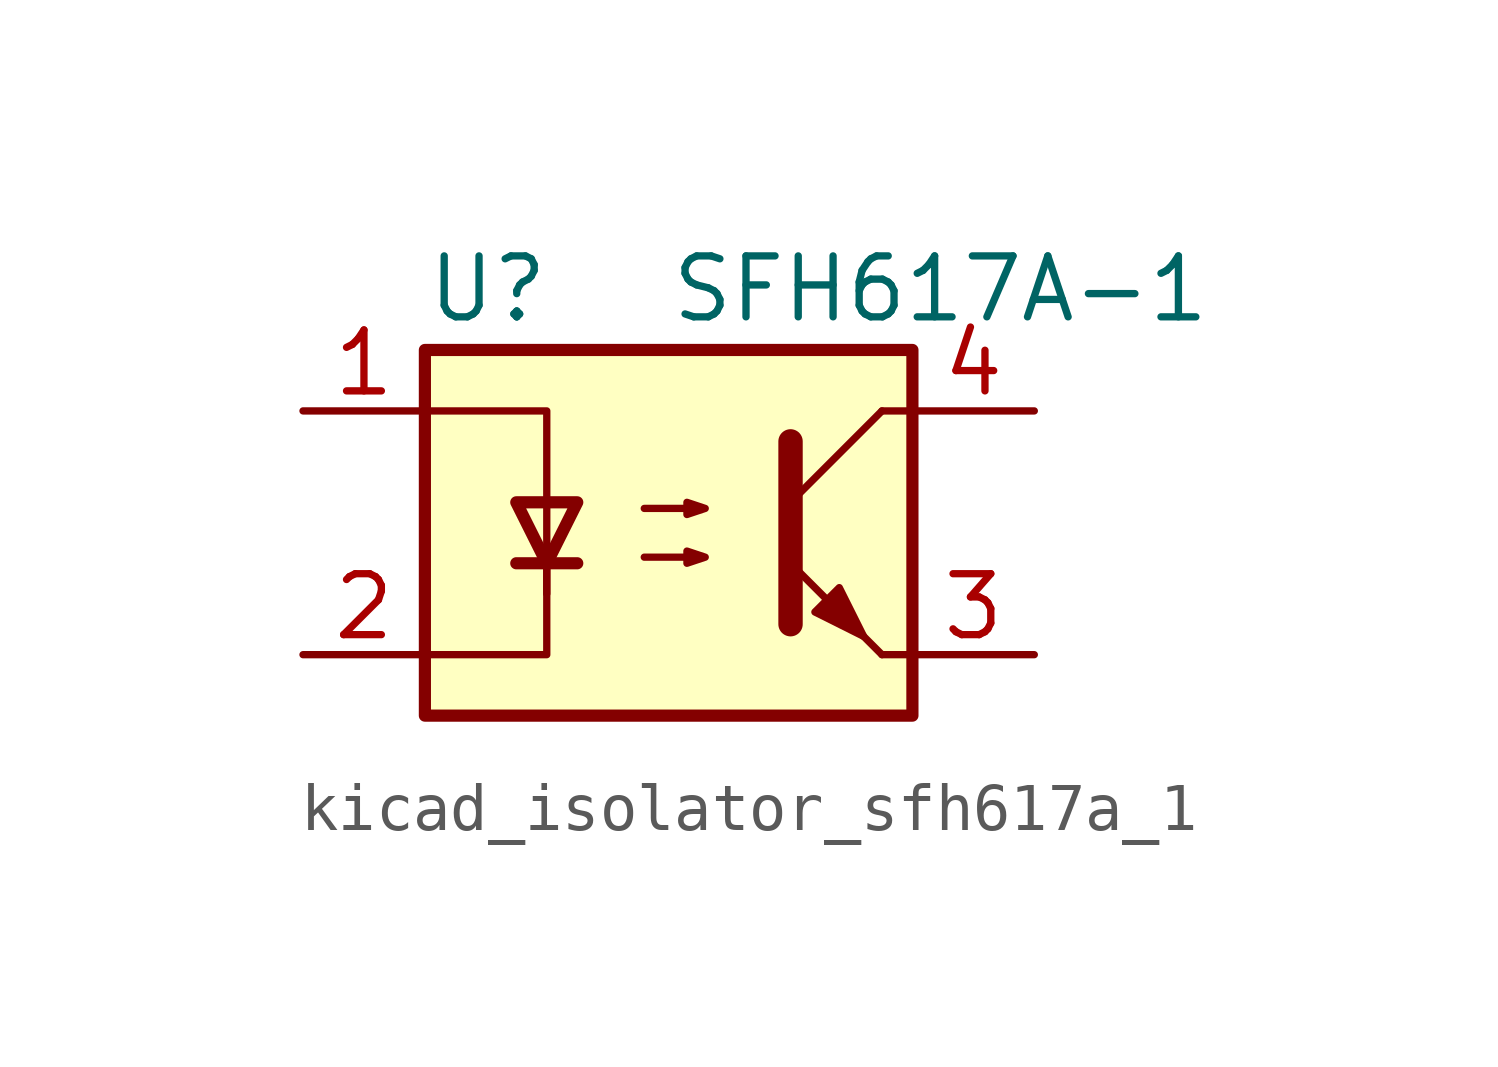
<source format=kicad_sym>
(kicad_symbol_lib
  (version 20220914)
  (generator kicad_symbol_editor)
  (symbol "kicad_isolator_sfh617a_1"
    (pin_names
      (offset 1.016))
    (property "Reference" "U"
      (at -5.08 5.08 0)
      (effects (font (size 1.27 1.27)) (justify left)))
    (property "Value" "SFH617A-1"
      (at 0 5.08 0)
      (effects (font (size 1.27 1.27)) (justify left)))
    (symbol "kicad_isolator_sfh617a_1_0_1"
      (rectangle (start -5.08 3.81) (end 5.08 -3.81) (stroke (width 0.254) (type default)) (fill (type background)))
      (polyline (pts (xy -3.175 -0.635) (xy -1.905 -0.635)) (stroke (width 0.254) (type default)) (fill (type none)))
      (polyline (pts (xy 2.54 0.635) (xy 4.445 2.54)) (stroke (width 0) (type default)) (fill (type none)))
      (polyline (pts (xy 4.445 -2.54) (xy 2.54 -0.635)) (stroke (width 0) (type default)) (fill (type outline)))
      (polyline (pts (xy 4.445 -2.54) (xy 5.08 -2.54)) (stroke (width 0) (type default)) (fill (type none)))
      (polyline (pts (xy 4.445 2.54) (xy 5.08 2.54)) (stroke (width 0) (type default)) (fill (type none)))
      (polyline (pts (xy -2.54 -0.635) (xy -2.54 -2.54) (xy -5.08 -2.54)) (stroke (width 0) (type default)) (fill (type none)))
      (polyline (pts (xy 2.54 1.905) (xy 2.54 -1.905) (xy 2.54 -1.905)) (stroke (width 0.508) (type default)) (fill (type none)))
      (polyline (pts (xy -5.08 2.54) (xy -2.54 2.54) (xy -2.54 -1.27) (xy -2.54 0.635)) (stroke (width 0) (type default)) (fill (type none)))
      (polyline (pts (xy -2.54 -0.635) (xy -3.175 0.635) (xy -1.905 0.635) (xy -2.54 -0.635)) (stroke (width 0.254) (type default)) (fill (type none)))
      (polyline (pts (xy -0.508 -0.508) (xy 0.762 -0.508) (xy 0.381 -0.635) (xy 0.381 -0.381) (xy 0.762 -0.508)) (stroke (width 0) (type default)) (fill (type none)))
      (polyline (pts (xy -0.508 0.508) (xy 0.762 0.508) (xy 0.381 0.381) (xy 0.381 0.635) (xy 0.762 0.508)) (stroke (width 0) (type default)) (fill (type none)))
      (polyline (pts (xy 3.048 -1.651) (xy 3.556 -1.143) (xy 4.064 -2.159) (xy 3.048 -1.651) (xy 3.048 -1.651)) (stroke (width 0) (type default)) (fill (type outline))))
    (symbol "kicad_isolator_sfh617a_1_1_1"
      (pin passive line (at -7.62 2.54 0) (length 2.54) (name "~" (effects (font (size 1.27 1.27)))) (number "1" (effects (font (size 1.27 1.27)))))
      (pin passive line (at -7.62 -2.54 0) (length 2.54) (name "~" (effects (font (size 1.27 1.27)))) (number "2" (effects (font (size 1.27 1.27)))))
      (pin passive line (at 7.62 -2.54 180) (length 2.54) (name "~" (effects (font (size 1.27 1.27)))) (number "3" (effects (font (size 1.27 1.27)))))
      (pin passive line (at 7.62 2.54 180) (length 2.54) (name "~" (effects (font (size 1.27 1.27)))) (number "4" (effects (font (size 1.27 1.27))))))))
</source>
